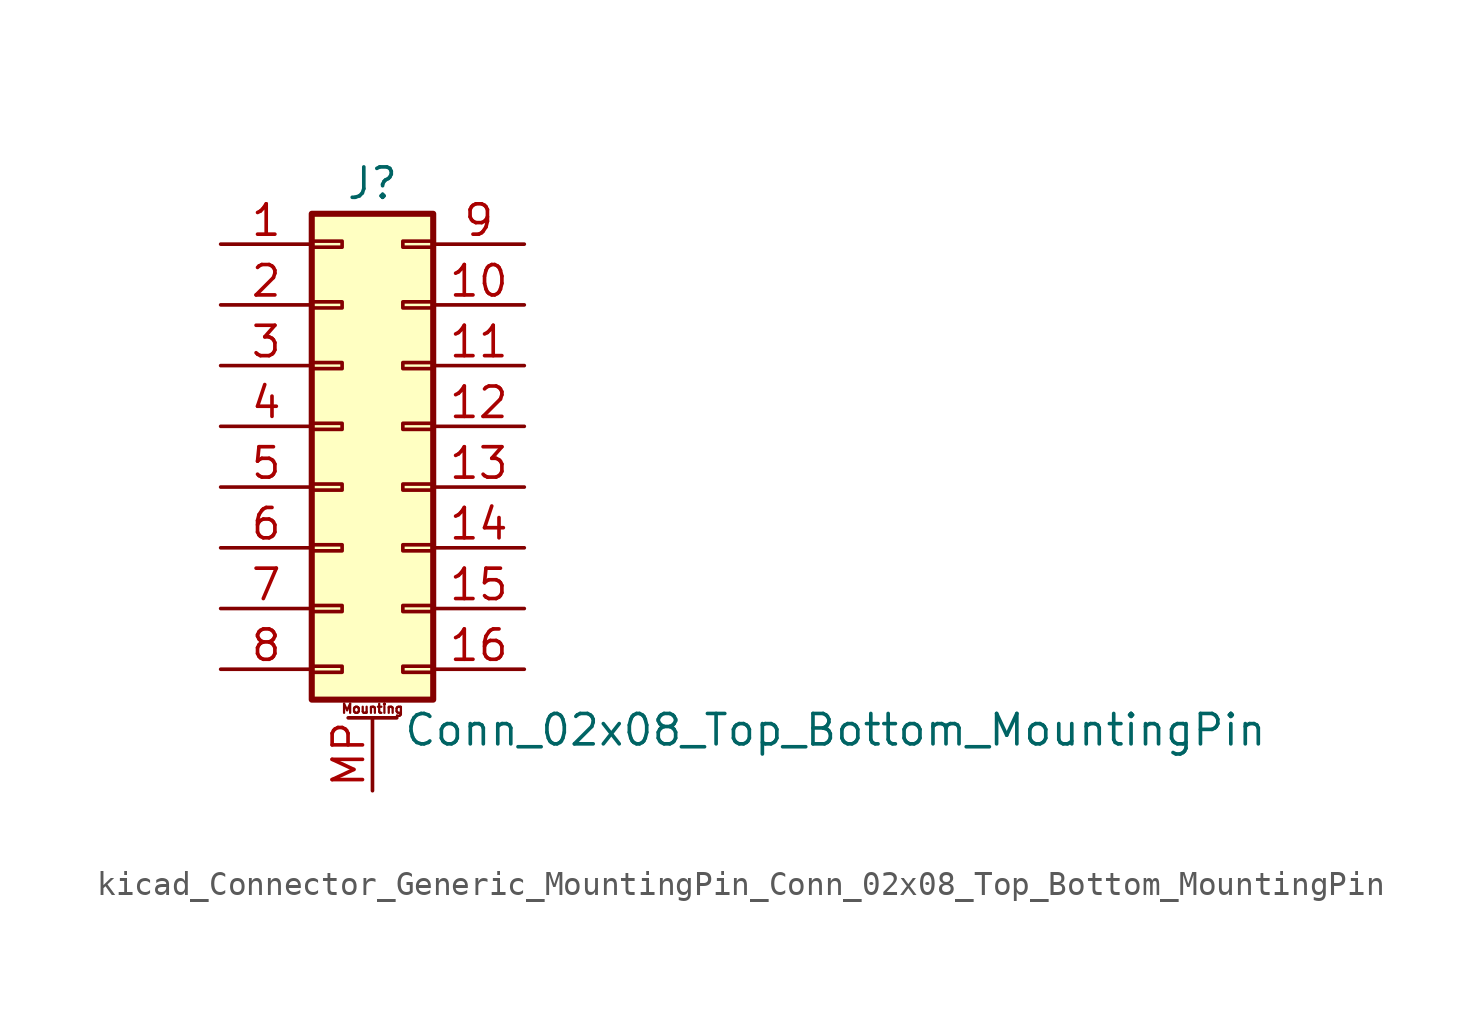
<source format=kicad_sym>
(kicad_symbol_lib
  (version 20220914)
  (generator kicad_symbol_editor)
  (symbol "kicad_Connector_Generic_MountingPin_Conn_02x08_Top_Bottom_MountingPin"
    (pin_names
      (offset 1.016) hide)
    (property "Reference" "J"
      (at 1.27 10.16 0)
      (effects (font (size 1.27 1.27))))
    (property "Value" "Conn_02x08_Top_Bottom_MountingPin"
      (at 2.54 -12.7 0)
      (effects (font (size 1.27 1.27)) (justify left)))
    (symbol "kicad_Connector_Generic_MountingPin_Conn_02x08_Top_Bottom_MountingPin_1_1"
      (rectangle (start -1.27 -10.033) (end 0 -10.287) (stroke (width 0.152) (type default)) (fill (type none)))
      (rectangle (start -1.27 -7.493) (end 0 -7.747) (stroke (width 0.152) (type default)) (fill (type none)))
      (rectangle (start -1.27 -4.953) (end 0 -5.207) (stroke (width 0.152) (type default)) (fill (type none)))
      (rectangle (start -1.27 -2.413) (end 0 -2.667) (stroke (width 0.152) (type default)) (fill (type none)))
      (rectangle (start -1.27 0.127) (end 0 -0.127) (stroke (width 0.152) (type default)) (fill (type none)))
      (rectangle (start -1.27 2.667) (end 0 2.413) (stroke (width 0.152) (type default)) (fill (type none)))
      (rectangle (start -1.27 5.207) (end 0 4.953) (stroke (width 0.152) (type default)) (fill (type none)))
      (rectangle (start -1.27 7.747) (end 0 7.493) (stroke (width 0.152) (type default)) (fill (type none)))
      (rectangle (start -1.27 8.89) (end 3.81 -11.43) (stroke (width 0.254) (type default)) (fill (type background)))
      (polyline (pts (xy 0.254 -12.192) (xy 2.286 -12.192)) (stroke (width 0.152) (type default)) (fill (type none)))
      (rectangle (start 3.81 -10.033) (end 2.54 -10.287) (stroke (width 0.152) (type default)) (fill (type none)))
      (rectangle (start 3.81 -7.493) (end 2.54 -7.747) (stroke (width 0.152) (type default)) (fill (type none)))
      (rectangle (start 3.81 -4.953) (end 2.54 -5.207) (stroke (width 0.152) (type default)) (fill (type none)))
      (rectangle (start 3.81 -2.413) (end 2.54 -2.667) (stroke (width 0.152) (type default)) (fill (type none)))
      (rectangle (start 3.81 0.127) (end 2.54 -0.127) (stroke (width 0.152) (type default)) (fill (type none)))
      (rectangle (start 3.81 2.667) (end 2.54 2.413) (stroke (width 0.152) (type default)) (fill (type none)))
      (rectangle (start 3.81 5.207) (end 2.54 4.953) (stroke (width 0.152) (type default)) (fill (type none)))
      (rectangle (start 3.81 7.747) (end 2.54 7.493) (stroke (width 0.152) (type default)) (fill (type none)))
      (text "Mounting" (at 1.27 -11.811 0) (effects (font (size 0.381 0.381))))
      (pin passive line (at -5.08 7.62 0) (length 3.81) (name "Pin_1" (effects (font (size 1.27 1.27)))) (number "1" (effects (font (size 1.27 1.27)))))
      (pin passive line (at 7.62 5.08 180) (length 3.81) (name "Pin_10" (effects (font (size 1.27 1.27)))) (number "10" (effects (font (size 1.27 1.27)))))
      (pin passive line (at 7.62 2.54 180) (length 3.81) (name "Pin_11" (effects (font (size 1.27 1.27)))) (number "11" (effects (font (size 1.27 1.27)))))
      (pin passive line (at 7.62 0 180) (length 3.81) (name "Pin_12" (effects (font (size 1.27 1.27)))) (number "12" (effects (font (size 1.27 1.27)))))
      (pin passive line (at 7.62 -2.54 180) (length 3.81) (name "Pin_13" (effects (font (size 1.27 1.27)))) (number "13" (effects (font (size 1.27 1.27)))))
      (pin passive line (at 7.62 -5.08 180) (length 3.81) (name "Pin_14" (effects (font (size 1.27 1.27)))) (number "14" (effects (font (size 1.27 1.27)))))
      (pin passive line (at 7.62 -7.62 180) (length 3.81) (name "Pin_15" (effects (font (size 1.27 1.27)))) (number "15" (effects (font (size 1.27 1.27)))))
      (pin passive line (at 7.62 -10.16 180) (length 3.81) (name "Pin_16" (effects (font (size 1.27 1.27)))) (number "16" (effects (font (size 1.27 1.27)))))
      (pin passive line (at -5.08 5.08 0) (length 3.81) (name "Pin_2" (effects (font (size 1.27 1.27)))) (number "2" (effects (font (size 1.27 1.27)))))
      (pin passive line (at -5.08 2.54 0) (length 3.81) (name "Pin_3" (effects (font (size 1.27 1.27)))) (number "3" (effects (font (size 1.27 1.27)))))
      (pin passive line (at -5.08 0 0) (length 3.81) (name "Pin_4" (effects (font (size 1.27 1.27)))) (number "4" (effects (font (size 1.27 1.27)))))
      (pin passive line (at -5.08 -2.54 0) (length 3.81) (name "Pin_5" (effects (font (size 1.27 1.27)))) (number "5" (effects (font (size 1.27 1.27)))))
      (pin passive line (at -5.08 -5.08 0) (length 3.81) (name "Pin_6" (effects (font (size 1.27 1.27)))) (number "6" (effects (font (size 1.27 1.27)))))
      (pin passive line (at -5.08 -7.62 0) (length 3.81) (name "Pin_7" (effects (font (size 1.27 1.27)))) (number "7" (effects (font (size 1.27 1.27)))))
      (pin passive line (at -5.08 -10.16 0) (length 3.81) (name "Pin_8" (effects (font (size 1.27 1.27)))) (number "8" (effects (font (size 1.27 1.27)))))
      (pin passive line (at 7.62 7.62 180) (length 3.81) (name "Pin_9" (effects (font (size 1.27 1.27)))) (number "9" (effects (font (size 1.27 1.27)))))
      (pin passive line (at 1.27 -15.24 90) (length 3.048) (name "MountPin" (effects (font (size 1.27 1.27)))) (number "MP" (effects (font (size 1.27 1.27))))))))
</source>
